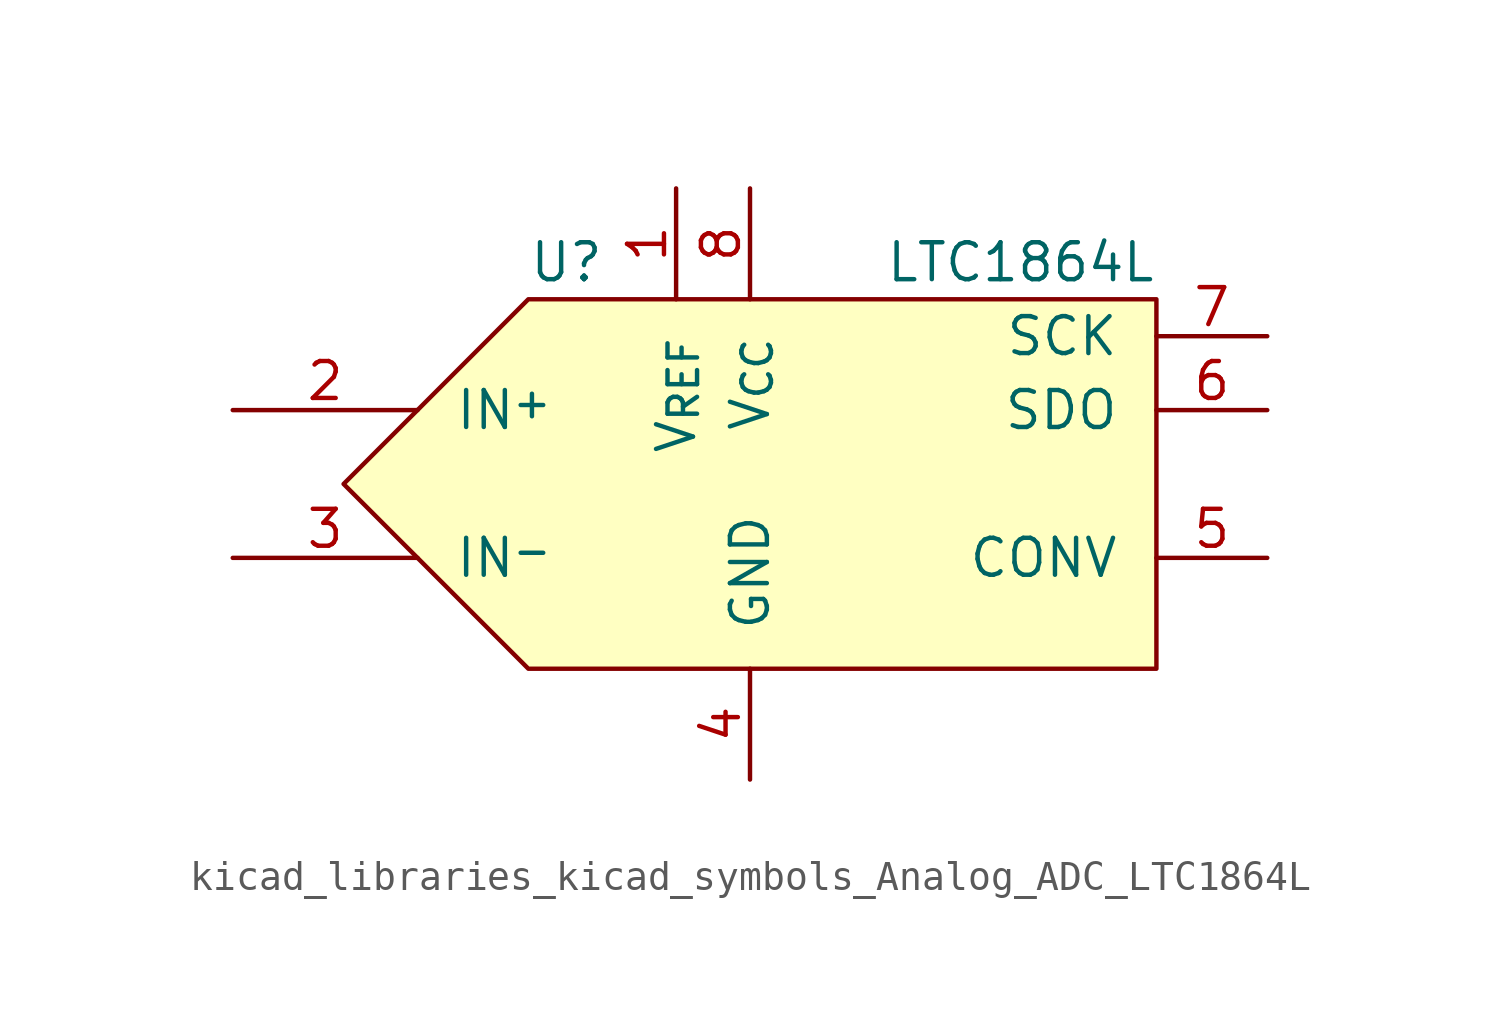
<source format=kicad_sym>
(kicad_symbol_lib
  (version 20220914)
  (generator kicad_symbol_editor)
  (symbol "kicad_libraries_kicad_symbols_Analog_ADC_LTC1864L"
    (pin_names
      (offset 1.27))
    (property "Reference" "U"
      (at -10.16 7.62 0)
      (effects (font (size 1.27 1.27)) (justify left)))
    (property "Value" "LTC1864L"
      (at 11.43 7.62 0)
      (effects (font (size 1.27 1.27)) (justify right)))
    (symbol "kicad_libraries_kicad_symbols_Analog_ADC_LTC1864L_0_1"
      (polyline (pts (xy 11.43 6.35) (xy -10.16 6.35) (xy -16.51 0) (xy -10.16 -6.35) (xy 11.43 -6.35) (xy 11.43 6.35)) (stroke (width 0) (type default)) (fill (type background))))
    (symbol "kicad_libraries_kicad_symbols_Analog_ADC_LTC1864L_1_1"
      (pin input line (at -5.08 10.16 270) (length 3.81) (name "V_{REF}" (effects (font (size 1.27 1.27)))) (number "1" (effects (font (size 1.27 1.27)))))
      (pin input line (at -20.32 2.54 0) (length 6.35) (name "IN^{+}" (effects (font (size 1.27 1.27)))) (number "2" (effects (font (size 1.27 1.27)))))
      (pin input line (at -20.32 -2.54 0) (length 6.35) (name "IN^{-}" (effects (font (size 1.27 1.27)))) (number "3" (effects (font (size 1.27 1.27)))))
      (pin power_in line (at -2.54 -10.16 90) (length 3.81) (name "GND" (effects (font (size 1.27 1.27)))) (number "4" (effects (font (size 1.27 1.27)))))
      (pin input line (at 15.24 -2.54 180) (length 3.81) (name "CONV" (effects (font (size 1.27 1.27)))) (number "5" (effects (font (size 1.27 1.27)))))
      (pin output line (at 15.24 2.54 180) (length 3.81) (name "SDO" (effects (font (size 1.27 1.27)))) (number "6" (effects (font (size 1.27 1.27)))))
      (pin input line (at 15.24 5.08 180) (length 3.81) (name "SCK" (effects (font (size 1.27 1.27)))) (number "7" (effects (font (size 1.27 1.27)))))
      (pin power_in line (at -2.54 10.16 270) (length 3.81) (name "V_{CC}" (effects (font (size 1.27 1.27)))) (number "8" (effects (font (size 1.27 1.27))))))))
</source>
